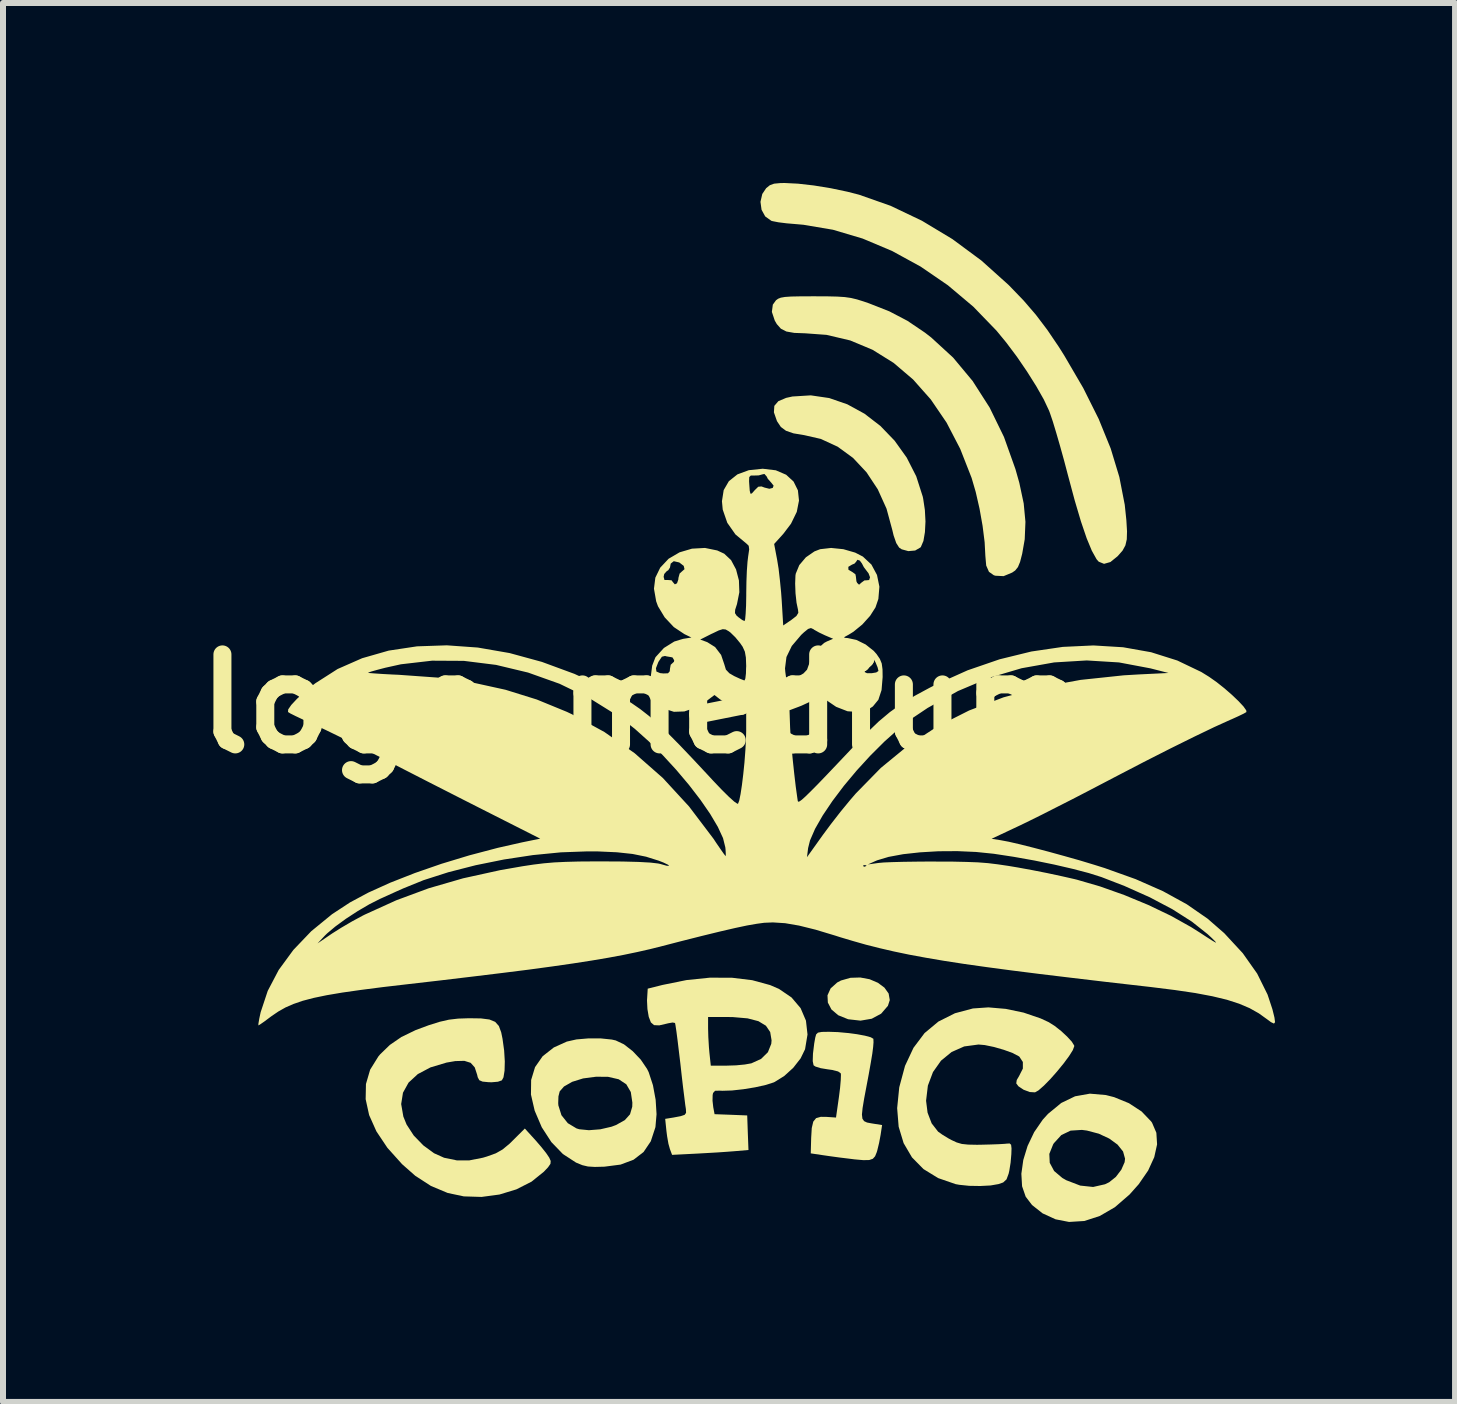
<source format=kicad_pcb>
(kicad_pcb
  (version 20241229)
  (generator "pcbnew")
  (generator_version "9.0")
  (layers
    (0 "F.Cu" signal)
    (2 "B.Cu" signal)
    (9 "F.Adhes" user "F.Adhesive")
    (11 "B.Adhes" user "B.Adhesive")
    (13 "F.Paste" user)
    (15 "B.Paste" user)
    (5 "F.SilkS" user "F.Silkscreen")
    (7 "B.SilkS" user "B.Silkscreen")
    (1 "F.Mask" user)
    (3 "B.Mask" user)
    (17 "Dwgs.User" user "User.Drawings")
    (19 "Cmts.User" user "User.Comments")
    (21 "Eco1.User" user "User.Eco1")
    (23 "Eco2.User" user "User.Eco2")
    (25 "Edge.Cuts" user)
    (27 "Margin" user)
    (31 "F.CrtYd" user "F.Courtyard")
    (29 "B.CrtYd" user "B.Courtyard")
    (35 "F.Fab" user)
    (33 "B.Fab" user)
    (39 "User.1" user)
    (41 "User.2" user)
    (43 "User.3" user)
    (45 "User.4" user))
  (footprint "logo_medium"
    (layer "F.Cu")
    (at 7.657 8.678)
    (property "Reference" "logo_medium" (at 0 0 0) (layer "F.SilkS") (effects (font (size 1.5 1.5) (thickness 0.3))))
    (attr board_only exclude_from_pos_files exclude_from_bom)
    (fp_poly (pts (xy 3.786 4.592) (xy 3.924 4.651) (xy 4.033 4.732) (xy 4.103 4.83) (xy 4.122 4.939) (xy 4.091 5.035) (xy 3.978 5.166) (xy 3.822 5.25) (xy 3.635 5.282) (xy 3.429 5.259) (xy 3.426 5.258) (xy 3.263 5.192) (xy 3.15 5.096) (xy 3.09 4.981) (xy 3.084 4.86) (xy 3.136 4.745) (xy 3.246 4.646) (xy 3.309 4.613) (xy 3.467 4.568) (xy 3.63 4.563)) (stroke (width 0) (type solid)) (fill yes) (layer "F.SilkS"))
    (fp_poly (pts (xy 3.113 -5.094) (xy 3.414 -4.99) (xy 3.701 -4.833) (xy 3.966 -4.629) (xy 4.203 -4.383) (xy 4.404 -4.102) (xy 4.563 -3.79) (xy 4.671 -3.453) (xy 4.679 -3.415) (xy 4.707 -3.228) (xy 4.717 -3.037) (xy 4.708 -2.86) (xy 4.683 -2.713) (xy 4.641 -2.614) (xy 4.633 -2.604) (xy 4.545 -2.553) (xy 4.431 -2.543) (xy 4.321 -2.573) (xy 4.278 -2.602) (xy 4.23 -2.677) (xy 4.186 -2.804) (xy 4.165 -2.892) (xy 4.068 -3.25) (xy 3.922 -3.573) (xy 3.734 -3.857) (xy 3.51 -4.096) (xy 3.254 -4.283) (xy 2.972 -4.413) (xy 2.696 -4.476) (xy 2.516 -4.506) (xy 2.392 -4.549) (xy 2.307 -4.612) (xy 2.246 -4.703) (xy 2.24 -4.715) (xy 2.191 -4.856) (xy 2.198 -4.964) (xy 2.265 -5.042) (xy 2.395 -5.097) (xy 2.5 -5.12) (xy 2.806 -5.139)) (stroke (width 0) (type solid)) (fill yes) (layer "F.SilkS"))
    (fp_poly (pts (xy 7.723 6.522) (xy 7.861 6.557) (xy 8.108 6.658) (xy 8.319 6.796) (xy 8.477 6.961) (xy 8.493 6.983) (xy 8.565 7.151) (xy 8.577 7.344) (xy 8.53 7.557) (xy 8.428 7.78) (xy 8.271 8.008) (xy 8.118 8.18) (xy 7.874 8.391) (xy 7.621 8.538) (xy 7.365 8.621) (xy 7.11 8.637) (xy 6.885 8.593) (xy 6.669 8.494) (xy 6.493 8.355) (xy 6.387 8.216) (xy 6.327 8.042) (xy 6.315 7.834) (xy 6.347 7.605) (xy 6.378 7.503) (xy 6.781 7.503) (xy 6.788 7.652) (xy 6.861 7.788) (xy 6.999 7.905) (xy 7.062 7.941) (xy 7.296 8.031) (xy 7.511 8.054) (xy 7.709 8.009) (xy 7.779 7.975) (xy 7.89 7.886) (xy 7.981 7.766) (xy 8.036 7.641) (xy 8.043 7.582) (xy 8.01 7.463) (xy 7.918 7.348) (xy 7.779 7.247) (xy 7.605 7.166) (xy 7.408 7.114) (xy 7.324 7.103) (xy 7.136 7.115) (xy 6.981 7.189) (xy 6.856 7.326) (xy 6.844 7.346) (xy 6.781 7.503) (xy 6.378 7.503) (xy 6.419 7.37) (xy 6.528 7.141) (xy 6.671 6.933) (xy 6.76 6.835) (xy 6.98 6.654) (xy 7.21 6.543) (xy 7.457 6.499)) (stroke (width 0) (type solid)) (fill yes) (layer "F.SilkS"))
    (fp_poly (pts (xy 2.87 -6.79) (xy 3.086 -6.789) (xy 3.248 -6.785) (xy 3.372 -6.777) (xy 3.476 -6.762) (xy 3.576 -6.738) (xy 3.688 -6.703) (xy 3.775 -6.673) (xy 4.115 -6.539) (xy 4.417 -6.381) (xy 4.71 -6.183) (xy 4.813 -6.103) (xy 5.178 -5.768) (xy 5.503 -5.378) (xy 5.786 -4.936) (xy 6.025 -4.446) (xy 6.216 -3.911) (xy 6.281 -3.681) (xy 6.354 -3.338) (xy 6.383 -3.031) (xy 6.371 -2.74) (xy 6.329 -2.5) (xy 6.294 -2.364) (xy 6.258 -2.277) (xy 6.212 -2.22) (xy 6.161 -2.185) (xy 6.019 -2.126) (xy 5.883 -2.133) (xy 5.856 -2.141) (xy 5.775 -2.198) (xy 5.729 -2.303) (xy 5.715 -2.463) (xy 5.703 -2.692) (xy 5.669 -2.963) (xy 5.618 -3.25) (xy 5.554 -3.53) (xy 5.486 -3.763) (xy 5.296 -4.247) (xy 5.069 -4.684) (xy 4.806 -5.07) (xy 4.511 -5.403) (xy 4.186 -5.68) (xy 3.836 -5.898) (xy 3.463 -6.054) (xy 3.069 -6.147) (xy 2.715 -6.173) (xy 2.53 -6.18) (xy 2.399 -6.203) (xy 2.307 -6.25) (xy 2.239 -6.327) (xy 2.205 -6.386) (xy 2.157 -6.53) (xy 2.173 -6.651) (xy 2.226 -6.724) (xy 2.261 -6.749) (xy 2.306 -6.767) (xy 2.375 -6.779) (xy 2.477 -6.786) (xy 2.626 -6.789) (xy 2.832 -6.79)) (stroke (width 0) (type solid)) (fill yes) (layer "F.SilkS"))
    (fp_poly (pts (xy -0.696 5.578) (xy -0.512 5.597) (xy -0.445 5.612) (xy -0.308 5.677) (xy -0.163 5.79) (xy -0.028 5.932) (xy 0.076 6.085) (xy 0.104 6.141) (xy 0.175 6.358) (xy 0.22 6.601) (xy 0.235 6.841) (xy 0.217 7.051) (xy 0.215 7.062) (xy 0.139 7.293) (xy 0.019 7.471) (xy -0.148 7.6) (xy -0.364 7.681) (xy -0.634 7.716) (xy -0.635 7.716) (xy -0.794 7.72) (xy -0.908 7.713) (xy -1.001 7.691) (xy -1.099 7.651) (xy -1.111 7.645) (xy -1.326 7.505) (xy -1.518 7.306) (xy -1.678 7.059) (xy -1.796 6.783) (xy -1.825 6.658) (xy -1.404 6.658) (xy -1.401 6.695) (xy -1.35 6.858) (xy -1.244 6.991) (xy -1.099 7.078) (xy -1.054 7.092) (xy -0.892 7.108) (xy -0.702 7.093) (xy -0.516 7.05) (xy -0.441 7.022) (xy -0.294 6.94) (xy -0.207 6.843) (xy -0.17 6.717) (xy -0.168 6.648) (xy -0.194 6.472) (xy -0.269 6.343) (xy -0.396 6.259) (xy -0.575 6.218) (xy -0.774 6.217) (xy -0.989 6.245) (xy -1.172 6.302) (xy -1.308 6.38) (xy -1.379 6.461) (xy -1.4 6.544) (xy -1.404 6.658) (xy -1.825 6.658) (xy -1.858 6.514) (xy -1.855 6.271) (xy -1.79 6.057) (xy -1.663 5.875) (xy -1.477 5.729) (xy -1.26 5.631) (xy -1.1 5.595) (xy -0.902 5.578)) (stroke (width 0) (type solid)) (fill yes) (layer "F.SilkS"))
    (fp_poly (pts (xy 3.258 5.473) (xy 3.42 5.488) (xy 3.575 5.508) (xy 3.709 5.533) (xy 3.805 5.559) (xy 3.848 5.584) (xy 3.849 5.587) (xy 3.851 5.644) (xy 3.845 5.721) (xy 3.831 5.831) (xy 3.806 5.981) (xy 3.77 6.184) (xy 3.736 6.364) (xy 3.695 6.581) (xy 3.669 6.738) (xy 3.658 6.847) (xy 3.666 6.916) (xy 3.694 6.957) (xy 3.743 6.98) (xy 3.817 6.994) (xy 3.854 7) (xy 3.994 7.022) (xy 3.969 7.187) (xy 3.944 7.32) (xy 3.913 7.448) (xy 3.904 7.477) (xy 3.877 7.543) (xy 3.84 7.584) (xy 3.78 7.605) (xy 3.682 7.607) (xy 3.535 7.594) (xy 3.44 7.582) (xy 3.277 7.562) (xy 3.109 7.539) (xy 2.999 7.523) (xy 2.805 7.494) (xy 2.812 7.236) (xy 2.822 7.071) (xy 2.847 6.965) (xy 2.894 6.907) (xy 2.972 6.885) (xy 3.066 6.886) (xy 3.226 6.897) (xy 3.275 6.552) (xy 3.294 6.4) (xy 3.305 6.272) (xy 3.308 6.185) (xy 3.305 6.16) (xy 3.261 6.129) (xy 3.163 6.104) (xy 3.084 6.093) (xy 2.969 6.074) (xy 2.883 6.047) (xy 2.852 6.026) (xy 2.838 5.957) (xy 2.842 5.832) (xy 2.863 5.661) (xy 2.88 5.565) (xy 2.895 5.511) (xy 2.925 5.482) (xy 2.989 5.47) (xy 3.105 5.468) (xy 3.106 5.468)) (stroke (width 0) (type solid)) (fill yes) (layer "F.SilkS"))
    (fp_poly (pts (xy 2.593 -8.667) (xy 2.857 -8.637) (xy 3.139 -8.591) (xy 3.415 -8.533) (xy 3.61 -8.483) (xy 4.136 -8.298) (xy 4.658 -8.049) (xy 5.166 -7.743) (xy 5.65 -7.385) (xy 6.1 -6.981) (xy 6.117 -6.964) (xy 6.353 -6.719) (xy 6.557 -6.482) (xy 6.747 -6.231) (xy 6.94 -5.946) (xy 7.03 -5.803) (xy 7.347 -5.26) (xy 7.604 -4.745) (xy 7.804 -4.253) (xy 7.948 -3.778) (xy 8.038 -3.316) (xy 8.065 -3.059) (xy 8.076 -2.873) (xy 8.072 -2.739) (xy 8.049 -2.639) (xy 8.003 -2.554) (xy 7.928 -2.468) (xy 7.919 -2.458) (xy 7.799 -2.361) (xy 7.693 -2.331) (xy 7.604 -2.367) (xy 7.569 -2.407) (xy 7.49 -2.548) (xy 7.403 -2.758) (xy 7.308 -3.038) (xy 7.205 -3.385) (xy 7.094 -3.799) (xy 7.091 -3.81) (xy 7.026 -4.057) (xy 6.959 -4.298) (xy 6.895 -4.519) (xy 6.838 -4.707) (xy 6.791 -4.845) (xy 6.777 -4.883) (xy 6.689 -5.07) (xy 6.563 -5.292) (xy 6.41 -5.535) (xy 6.24 -5.784) (xy 6.062 -6.021) (xy 5.9 -6.218) (xy 5.514 -6.617) (xy 5.09 -6.974) (xy 4.636 -7.285) (xy 4.159 -7.546) (xy 3.67 -7.752) (xy 3.175 -7.899) (xy 2.683 -7.982) (xy 2.558 -7.993) (xy 2.404 -8.006) (xy 2.267 -8.023) (xy 2.17 -8.042) (xy 2.148 -8.048) (xy 2.046 -8.121) (xy 1.985 -8.232) (xy 1.967 -8.364) (xy 1.997 -8.495) (xy 2.062 -8.592) (xy 2.123 -8.641) (xy 2.194 -8.667) (xy 2.299 -8.677) (xy 2.371 -8.678)) (stroke (width 0) (type solid)) (fill yes) (layer "F.SilkS"))
    (fp_poly (pts (xy -2.691 5.245) (xy -2.55 5.263) (xy -2.455 5.302) (xy -2.393 5.371) (xy -2.354 5.477) (xy -2.332 5.584) (xy -2.305 5.78) (xy -2.294 5.962) (xy -2.298 6.116) (xy -2.316 6.227) (xy -2.343 6.277) (xy -2.408 6.3) (xy -2.512 6.309) (xy -2.562 6.308) (xy -2.665 6.298) (xy -2.719 6.275) (xy -2.745 6.226) (xy -2.755 6.183) (xy -2.795 6.061) (xy -2.863 5.985) (xy -2.968 5.952) (xy -3.119 5.956) (xy -3.265 5.981) (xy -3.532 6.061) (xy -3.744 6.173) (xy -3.898 6.315) (xy -3.991 6.483) (xy -4.021 6.672) (xy -3.985 6.88) (xy -3.931 7.013) (xy -3.812 7.196) (xy -3.652 7.361) (xy -3.473 7.492) (xy -3.306 7.567) (xy -3.093 7.611) (xy -2.885 7.611) (xy -2.657 7.566) (xy -2.591 7.546) (xy -2.446 7.494) (xy -2.331 7.429) (xy -2.216 7.334) (xy -2.157 7.276) (xy -1.96 7.08) (xy -1.781 7.277) (xy -1.686 7.387) (xy -1.605 7.489) (xy -1.555 7.563) (xy -1.553 7.566) (xy -1.529 7.621) (xy -1.533 7.668) (xy -1.573 7.726) (xy -1.643 7.8) (xy -1.849 7.966) (xy -2.101 8.094) (xy -2.383 8.18) (xy -2.681 8.22) (xy -2.977 8.211) (xy -3.246 8.154) (xy -3.525 8.037) (xy -3.786 7.868) (xy -4.006 7.674) (xy -4.251 7.401) (xy -4.434 7.127) (xy -4.555 6.856) (xy -4.613 6.591) (xy -4.608 6.338) (xy -4.538 6.099) (xy -4.402 5.88) (xy -4.372 5.844) (xy -4.21 5.687) (xy -4.018 5.555) (xy -3.781 5.44) (xy -3.563 5.359) (xy -3.378 5.301) (xy -3.225 5.266) (xy -3.071 5.248) (xy -2.891 5.242)) (stroke (width 0) (type solid)) (fill yes) (layer "F.SilkS"))
    (fp_poly (pts (xy 6.055 5.086) (xy 6.352 5.148) (xy 6.636 5.245) (xy 6.772 5.308) (xy 6.871 5.371) (xy 6.978 5.455) (xy 7.078 5.548) (xy 7.156 5.633) (xy 7.195 5.696) (xy 7.197 5.707) (xy 7.173 5.773) (xy 7.11 5.873) (xy 7.019 5.996) (xy 6.911 6.128) (xy 6.798 6.256) (xy 6.691 6.365) (xy 6.601 6.444) (xy 6.543 6.477) (xy 6.456 6.472) (xy 6.353 6.434) (xy 6.266 6.376) (xy 6.23 6.328) (xy 6.238 6.272) (xy 6.281 6.198) (xy 6.281 6.197) (xy 6.34 6.081) (xy 6.34 5.971) (xy 6.282 5.883) (xy 6.271 5.875) (xy 6.168 5.821) (xy 6.022 5.768) (xy 5.859 5.721) (xy 5.704 5.689) (xy 5.601 5.68) (xy 5.362 5.712) (xy 5.152 5.805) (xy 4.976 5.949) (xy 4.842 6.139) (xy 4.757 6.365) (xy 4.727 6.617) (xy 4.752 6.816) (xy 4.82 6.994) (xy 4.924 7.128) (xy 4.926 7.131) (xy 4.996 7.181) (xy 5.099 7.244) (xy 5.151 7.272) (xy 5.237 7.312) (xy 5.323 7.337) (xy 5.428 7.348) (xy 5.575 7.351) (xy 5.644 7.35) (xy 5.802 7.346) (xy 5.941 7.341) (xy 6.04 7.335) (xy 6.068 7.332) (xy 6.119 7.329) (xy 6.144 7.35) (xy 6.151 7.411) (xy 6.148 7.507) (xy 6.136 7.647) (xy 6.114 7.784) (xy 6.103 7.832) (xy 6.068 7.927) (xy 6.012 7.979) (xy 5.934 8.006) (xy 5.802 8.029) (xy 5.629 8.038) (xy 5.445 8.035) (xy 5.281 8.018) (xy 5.22 8.007) (xy 4.928 7.906) (xy 4.684 7.756) (xy 4.492 7.561) (xy 4.353 7.324) (xy 4.27 7.05) (xy 4.245 6.741) (xy 4.279 6.402) (xy 4.281 6.389) (xy 4.376 6.036) (xy 4.517 5.735) (xy 4.702 5.489) (xy 4.933 5.297) (xy 5.208 5.159) (xy 5.508 5.079) (xy 5.766 5.061)) (stroke (width 0) (type solid)) (fill yes) (layer "F.SilkS"))
    (fp_poly (pts (xy 1.492 4.567) (xy 1.83 4.608) (xy 2.127 4.689) (xy 2.275 4.753) (xy 2.485 4.896) (xy 2.636 5.074) (xy 2.725 5.282) (xy 2.751 5.513) (xy 2.71 5.759) (xy 2.636 5.911) (xy 2.515 6.066) (xy 2.365 6.203) (xy 2.205 6.303) (xy 2.186 6.312) (xy 2.055 6.354) (xy 1.879 6.393) (xy 1.683 6.425) (xy 1.493 6.446) (xy 1.335 6.451) (xy 1.288 6.449) (xy 1.21 6.451) (xy 1.177 6.488) (xy 1.17 6.522) (xy 1.168 6.617) (xy 1.18 6.724) (xy 1.202 6.841) (xy 1.474 6.851) (xy 1.746 6.862) (xy 1.756 7.15) (xy 1.767 7.438) (xy 1.545 7.457) (xy 1.416 7.467) (xy 1.242 7.479) (xy 1.049 7.49) (xy 0.908 7.498) (xy 0.494 7.519) (xy 0.458 7.423) (xy 0.433 7.334) (xy 0.411 7.208) (xy 0.4 7.123) (xy 0.379 6.919) (xy 0.516 6.897) (xy 0.637 6.874) (xy 0.703 6.852) (xy 0.727 6.819) (xy 0.725 6.765) (xy 0.723 6.748) (xy 0.713 6.682) (xy 0.698 6.56) (xy 0.677 6.393) (xy 0.654 6.196) (xy 0.632 5.997) (xy 0.607 5.79) (xy 0.585 5.607) (xy 0.566 5.461) (xy 0.551 5.361) (xy 0.543 5.321) (xy 0.503 5.313) (xy 0.425 5.327) (xy 0.414 5.33) (xy 0.28 5.361) (xy 0.194 5.357) (xy 0.141 5.312) (xy 0.106 5.221) (xy 1.094 5.221) (xy 1.094 5.41) (xy 1.098 5.557) (xy 1.108 5.725) (xy 1.116 5.816) (xy 1.139 6.032) (xy 1.407 6.032) (xy 1.561 6.027) (xy 1.706 6.013) (xy 1.813 5.994) (xy 1.814 5.994) (xy 1.977 5.92) (xy 2.091 5.808) (xy 2.147 5.668) (xy 2.152 5.61) (xy 2.129 5.472) (xy 2.058 5.367) (xy 1.933 5.291) (xy 1.752 5.244) (xy 1.51 5.223) (xy 1.402 5.221) (xy 1.094 5.221) (xy 0.106 5.221) (xy 0.106 5.22) (xy 0.105 5.219) (xy 0.083 5.089) (xy 0.076 4.945) (xy 0.078 4.913) (xy 0.088 4.749) (xy 0.335 4.687) (xy 0.734 4.606) (xy 1.123 4.566)) (stroke (width 0) (type solid)) (fill yes) (layer "F.SilkS"))
    (fp_poly (pts (xy 2.223 -3.89) (xy 2.395 -3.816) (xy 2.519 -3.702) (xy 2.591 -3.556) (xy 2.609 -3.385) (xy 2.572 -3.197) (xy 2.476 -3) (xy 2.347 -2.83) (xy 2.195 -2.662) (xy 2.245 -2.398) (xy 2.269 -2.25) (xy 2.291 -2.059) (xy 2.311 -1.855) (xy 2.321 -1.719) (xy 2.346 -1.304) (xy 2.481 -1.396) (xy 2.566 -1.462) (xy 2.598 -1.514) (xy 2.593 -1.564) (xy 2.568 -1.683) (xy 2.551 -1.84) (xy 2.545 -2.001) (xy 2.55 -2.136) (xy 2.555 -2.167) (xy 2.602 -2.281) (xy 3.431 -2.281) (xy 3.433 -2.233) (xy 3.494 -2.197) (xy 3.549 -2.158) (xy 3.557 -2.121) (xy 3.566 -2.04) (xy 3.578 -2.014) (xy 3.61 -1.983) (xy 3.645 -2.014) (xy 3.648 -2.017) (xy 3.7 -2.055) (xy 3.727 -2.056) (xy 3.778 -2.061) (xy 3.793 -2.107) (xy 3.768 -2.173) (xy 3.748 -2.199) (xy 3.689 -2.277) (xy 3.658 -2.337) (xy 3.623 -2.385) (xy 3.583 -2.399) (xy 3.563 -2.369) (xy 3.563 -2.368) (xy 3.534 -2.335) (xy 3.493 -2.318) (xy 3.431 -2.281) (xy 2.602 -2.281) (xy 2.614 -2.31) (xy 2.724 -2.44) (xy 2.866 -2.538) (xy 2.961 -2.575) (xy 3.144 -2.596) (xy 3.349 -2.575) (xy 3.546 -2.518) (xy 3.674 -2.452) (xy 3.816 -2.319) (xy 3.909 -2.146) (xy 3.949 -1.95) (xy 3.932 -1.746) (xy 3.884 -1.605) (xy 3.794 -1.464) (xy 3.664 -1.32) (xy 3.516 -1.199) (xy 3.44 -1.152) (xy 3.371 -1.114) (xy 3.362 -1.099) (xy 3.409 -1.095) (xy 3.422 -1.094) (xy 3.566 -1.063) (xy 3.72 -0.987) (xy 3.854 -0.881) (xy 3.902 -0.827) (xy 3.957 -0.746) (xy 3.988 -0.67) (xy 4.001 -0.572) (xy 4.003 -0.444) (xy 3.985 -0.227) (xy 3.932 -0.066) (xy 3.84 0.046) (xy 3.776 0.088) (xy 3.604 0.138) (xy 3.418 0.126) (xy 3.228 0.052) (xy 3.078 -0.05) (xy 2.964 -0.147) (xy 2.867 -0.079) (xy 2.772 -0.023) (xy 2.651 0.033) (xy 2.61 0.049) (xy 2.451 0.109) (xy 2.461 0.398) (xy 2.469 0.538) (xy 2.485 0.727) (xy 2.506 0.944) (xy 2.53 1.169) (xy 2.555 1.382) (xy 2.58 1.562) (xy 2.589 1.623) (xy 2.597 1.634) (xy 2.618 1.628) (xy 2.657 1.6) (xy 2.717 1.546) (xy 2.803 1.462) (xy 2.92 1.344) (xy 3.071 1.187) (xy 3.261 0.987) (xy 3.495 0.74) (xy 3.52 0.713) (xy 3.743 0.483) (xy 3.939 0.295) (xy 4.125 0.139) (xy 4.317 0.002) (xy 4.531 -0.128) (xy 4.783 -0.264) (xy 4.894 -0.321) (xy 5.42 -0.557) (xy 5.952 -0.74) (xy 6.482 -0.87) (xy 7.006 -0.947) (xy 7.517 -0.971) (xy 8.01 -0.941) (xy 8.477 -0.858) (xy 8.914 -0.72) (xy 9.313 -0.529) (xy 9.444 -0.448) (xy 9.569 -0.36) (xy 9.7 -0.256) (xy 9.825 -0.147) (xy 9.934 -0.043) (xy 10.017 0.046) (xy 10.063 0.111) (xy 10.066 0.139) (xy 10.021 0.165) (xy 9.93 0.209) (xy 9.813 0.262) (xy 9.807 0.264) (xy 9.531 0.389) (xy 9.196 0.55) (xy 8.804 0.744) (xy 8.357 0.971) (xy 7.857 1.231) (xy 7.708 1.309) (xy 7.442 1.448) (xy 7.17 1.589) (xy 6.906 1.723) (xy 6.664 1.846) (xy 6.456 1.949) (xy 6.296 2.027) (xy 6.287 2.031) (xy 5.819 2.251) (xy 5.97 2.275) (xy 6.103 2.3) (xy 6.29 2.343) (xy 6.516 2.4) (xy 6.767 2.466) (xy 7.028 2.538) (xy 7.287 2.611) (xy 7.528 2.684) (xy 7.703 2.739) (xy 8.22 2.924) (xy 8.674 3.124) (xy 9.071 3.342) (xy 9.418 3.582) (xy 9.696 3.824) (xy 10.005 4.158) (xy 10.245 4.498) (xy 10.418 4.847) (xy 10.499 5.092) (xy 10.533 5.23) (xy 10.543 5.308) (xy 10.525 5.331) (xy 10.475 5.307) (xy 10.41 5.259) (xy 10.272 5.16) (xy 10.119 5.074) (xy 9.945 5) (xy 9.741 4.934) (xy 9.5 4.876) (xy 9.214 4.822) (xy 8.875 4.772) (xy 8.475 4.722) (xy 8.378 4.711) (xy 7.731 4.637) (xy 7.149 4.568) (xy 6.626 4.505) (xy 6.158 4.446) (xy 5.738 4.39) (xy 5.362 4.337) (xy 5.025 4.285) (xy 4.72 4.233) (xy 4.444 4.182) (xy 4.19 4.129) (xy 3.953 4.074) (xy 3.727 4.017) (xy 3.509 3.955) (xy 3.291 3.89) (xy 3.21 3.864) (xy 2.885 3.766) (xy 2.611 3.698) (xy 2.378 3.658) (xy 2.175 3.645) (xy 2.029 3.651) (xy 1.904 3.668) (xy 1.743 3.696) (xy 1.541 3.739) (xy 1.291 3.797) (xy 0.988 3.871) (xy 0.628 3.962) (xy 0.335 4.038) (xy 0.128 4.09) (xy -0.088 4.139) (xy -0.319 4.187) (xy -0.571 4.234) (xy -0.849 4.281) (xy -1.158 4.329) (xy -1.505 4.379) (xy -1.895 4.432) (xy -2.333 4.487) (xy -2.826 4.547) (xy -3.378 4.613) (xy -3.898 4.673) (xy -4.327 4.723) (xy -4.692 4.77) (xy -5.001 4.814) (xy -5.261 4.858) (xy -5.478 4.903) (xy -5.661 4.951) (xy -5.815 5.004) (xy -5.948 5.062) (xy -6.067 5.129) (xy -6.179 5.205) (xy -6.202 5.222) (xy -6.298 5.294) (xy -6.37 5.344) (xy -6.401 5.362) (xy -6.4 5.331) (xy -6.386 5.249) (xy -6.363 5.142) (xy -6.245 4.786) (xy -6.062 4.437) (xy -5.818 4.104) (xy -5.714 3.995) (xy -5.415 3.995) (xy -5.171 3.829) (xy -5.019 3.733) (xy -4.838 3.627) (xy -4.66 3.531) (xy -4.624 3.513) (xy -4.102 3.276) (xy -3.562 3.076) (xy -2.989 2.91) (xy -2.371 2.774) (xy -2 2.709) (xy -1.815 2.681) (xy -1.644 2.66) (xy -1.471 2.645) (xy -1.281 2.636) (xy -1.058 2.63) (xy -0.786 2.628) (xy -0.67 2.628) (xy -0.332 2.63) (xy -0.064 2.637) (xy 0.134 2.648) (xy 0.262 2.663) (xy 0.298 2.671) (xy 0.402 2.7) (xy 0.445 2.703) (xy 0.435 2.693) (xy 3.681 2.693) (xy 3.685 2.714) (xy 3.704 2.716) (xy 3.733 2.703) (xy 3.728 2.693) (xy 3.686 2.689) (xy 3.681 2.693) (xy 0.435 2.693) (xy 0.427 2.684) (xy 0.416 2.679) (xy 3.757 2.679) (xy 3.933 2.654) (xy 4.021 2.646) (xy 4.165 2.64) (xy 4.354 2.635) (xy 4.574 2.632) (xy 4.813 2.63) (xy 4.904 2.631) (xy 5.181 2.632) (xy 5.404 2.637) (xy 5.591 2.644) (xy 5.758 2.657) (xy 5.922 2.677) (xy 6.099 2.703) (xy 6.259 2.73) (xy 6.494 2.773) (xy 6.747 2.823) (xy 6.989 2.875) (xy 7.196 2.922) (xy 7.241 2.933) (xy 7.626 3.045) (xy 8.029 3.188) (xy 8.43 3.354) (xy 8.808 3.535) (xy 9.144 3.723) (xy 9.282 3.81) (xy 9.4 3.887) (xy 9.494 3.947) (xy 9.551 3.98) (xy 9.56 3.984) (xy 9.546 3.962) (xy 9.491 3.907) (xy 9.419 3.84) (xy 9.158 3.633) (xy 8.835 3.427) (xy 8.457 3.227) (xy 8.034 3.038) (xy 7.649 2.889) (xy 7.437 2.822) (xy 7.169 2.752) (xy 6.863 2.681) (xy 6.531 2.613) (xy 6.19 2.552) (xy 5.856 2.501) (xy 5.562 2.471) (xy 5.249 2.457) (xy 4.933 2.459) (xy 4.627 2.477) (xy 4.345 2.508) (xy 4.102 2.553) (xy 3.912 2.61) (xy 3.881 2.623) (xy 3.757 2.679) (xy 0.416 2.679) (xy 0.35 2.647) (xy 0.268 2.615) (xy 0.086 2.558) (xy 2.742 2.558) (xy 3.007 2.187) (xy 3.143 2.004) (xy 3.3 1.802) (xy 3.457 1.611) (xy 3.556 1.496) (xy 3.972 1.071) (xy 4.424 0.7) (xy 4.913 0.381) (xy 5.444 0.113) (xy 6.017 -0.106) (xy 6.636 -0.275) (xy 7.303 -0.397) (xy 8.02 -0.473) (xy 8.273 -0.488) (xy 8.767 -0.512) (xy 8.467 -0.589) (xy 7.942 -0.688) (xy 7.404 -0.721) (xy 6.861 -0.688) (xy 6.318 -0.591) (xy 5.781 -0.432) (xy 5.258 -0.211) (xy 4.754 0.07) (xy 4.506 0.236) (xy 4.274 0.416) (xy 4.036 0.628) (xy 3.799 0.864) (xy 3.571 1.113) (xy 3.357 1.369) (xy 3.166 1.622) (xy 3.004 1.863) (xy 2.877 2.085) (xy 2.793 2.278) (xy 2.761 2.406) (xy 2.742 2.558) (xy 0.086 2.558) (xy 0.062 2.55) (xy -0.165 2.504) (xy -0.426 2.476) (xy -0.737 2.462) (xy -0.917 2.461) (xy -1.358 2.477) (xy -1.826 2.523) (xy -2.306 2.596) (xy -2.78 2.692) (xy -3.233 2.808) (xy -3.648 2.941) (xy -3.986 3.078) (xy -4.105 3.131) (xy -4.252 3.198) (xy -4.374 3.253) (xy -4.552 3.343) (xy -4.748 3.458) (xy -4.943 3.585) (xy -5.118 3.713) (xy -5.255 3.828) (xy -5.292 3.864) (xy -5.415 3.995) (xy -5.714 3.995) (xy -5.52 3.792) (xy -5.173 3.508) (xy -4.874 3.312) (xy -4.568 3.148) (xy -4.203 2.983) (xy -3.793 2.822) (xy -3.349 2.668) (xy -2.884 2.527) (xy -2.41 2.402) (xy -2.007 2.311) (xy -1.704 2.249) (xy -2.66 1.765) (xy -2.95 1.618) (xy -3.266 1.457) (xy -3.588 1.293) (xy -3.9 1.133) (xy -4.181 0.989) (xy -4.374 0.889) (xy -4.613 0.768) (xy -4.855 0.646) (xy -5.085 0.532) (xy -5.289 0.433) (xy -5.452 0.357) (xy -5.503 0.334) (xy -5.654 0.266) (xy -5.781 0.206) (xy -5.871 0.161) (xy -5.907 0.138) (xy -5.904 0.095) (xy -5.852 0.02) (xy -5.758 -0.081) (xy -5.63 -0.198) (xy -5.475 -0.323) (xy -5.45 -0.342) (xy -5.176 -0.517) (xy -4.575 -0.517) (xy -4.546 -0.511) (xy -4.458 -0.504) (xy -4.324 -0.495) (xy -4.155 -0.486) (xy -4.064 -0.482) (xy -3.422 -0.436) (xy -2.831 -0.353) (xy -2.281 -0.232) (xy -1.761 -0.07) (xy -1.259 0.136) (xy -1.175 0.176) (xy -0.635 0.471) (xy -0.13 0.825) (xy 0.34 1.238) (xy 0.777 1.713) (xy 1.183 2.249) (xy 1.23 2.32) (xy 1.302 2.425) (xy 1.357 2.503) (xy 1.385 2.539) (xy 1.387 2.54) (xy 1.389 2.509) (xy 1.385 2.43) (xy 1.381 2.393) (xy 1.343 2.24) (xy 1.256 2.052) (xy 1.128 1.836) (xy 0.965 1.6) (xy 0.775 1.353) (xy 0.564 1.103) (xy 0.339 0.858) (xy 0.106 0.628) (xy -0.127 0.419) (xy -0.354 0.241) (xy -0.388 0.216) (xy -0.873 -0.086) (xy -1.381 -0.332) (xy -1.906 -0.519) (xy -2.44 -0.647) (xy -2.976 -0.714) (xy -3.507 -0.717) (xy -4.025 -0.657) (xy -4.287 -0.599) (xy -4.417 -0.565) (xy -4.517 -0.537) (xy -4.57 -0.519) (xy -4.575 -0.517) (xy -5.176 -0.517) (xy -5.081 -0.578) (xy -4.672 -0.758) (xy -4.229 -0.885) (xy -3.757 -0.956) (xy -3.26 -0.973) (xy -2.744 -0.936) (xy -2.214 -0.844) (xy -1.676 -0.697) (xy -1.133 -0.497) (xy -0.701 -0.298) (xy -0.509 -0.199) (xy -0.339 -0.106) (xy -0.184 -0.012) (xy -0.038 0.089) (xy 0.108 0.203) (xy 0.261 0.336) (xy 0.429 0.496) (xy 0.618 0.687) (xy 0.837 0.917) (xy 1.094 1.192) (xy 1.178 1.283) (xy 1.32 1.432) (xy 1.439 1.55) (xy 1.529 1.631) (xy 1.582 1.667) (xy 1.593 1.667) (xy 1.613 1.615) (xy 1.635 1.507) (xy 1.658 1.356) (xy 1.68 1.176) (xy 1.7 0.981) (xy 1.715 0.783) (xy 1.725 0.598) (xy 1.729 0.454) (xy 1.729 0.112) (xy 1.554 0.054) (xy 1.433 0.005) (xy 1.326 -0.051) (xy 1.29 -0.075) (xy 1.2 -0.145) (xy 1.083 -0.056) (xy 0.887 0.065) (xy 0.698 0.129) (xy 0.524 0.135) (xy 0.373 0.086) (xy 0.253 -0.019) (xy 0.19 -0.128) (xy 0.149 -0.285) (xy 0.14 -0.462) (xy 0.157 -0.592) (xy 0.225 -0.592) (xy 0.233 -0.536) (xy 0.294 -0.51) (xy 0.35 -0.504) (xy 0.426 -0.507) (xy 0.455 -0.54) (xy 0.459 -0.584) (xy 0.471 -0.649) (xy 0.494 -0.67) (xy 0.525 -0.699) (xy 0.529 -0.723) (xy 0.502 -0.77) (xy 0.479 -0.776) (xy 0.401 -0.789) (xy 0.376 -0.796) (xy 0.324 -0.783) (xy 0.27 -0.703) (xy 0.264 -0.692) (xy 0.225 -0.592) (xy 0.157 -0.592) (xy 0.162 -0.633) (xy 0.214 -0.768) (xy 0.221 -0.779) (xy 0.358 -0.929) (xy 0.53 -1.036) (xy 0.637 -1.069) (xy 0.963 -1.069) (xy 1.08 -1.026) (xy 1.211 -0.944) (xy 1.311 -0.813) (xy 1.365 -0.654) (xy 1.391 -0.568) (xy 1.449 -0.507) (xy 1.53 -0.46) (xy 1.623 -0.417) (xy 1.688 -0.391) (xy 1.702 -0.388) (xy 1.715 -0.42) (xy 1.725 -0.505) (xy 1.727 -0.589) (xy 2.376 -0.589) (xy 2.381 -0.53) (xy 2.405 -0.355) (xy 2.575 -0.441) (xy 2.684 -0.505) (xy 2.743 -0.567) (xy 2.77 -0.643) (xy 2.798 -0.715) (xy 3.615 -0.715) (xy 3.648 -0.674) (xy 3.691 -0.613) (xy 3.701 -0.578) (xy 3.703 -0.528) (xy 3.743 -0.508) (xy 3.819 -0.508) (xy 3.897 -0.521) (xy 3.933 -0.545) (xy 3.933 -0.548) (xy 3.919 -0.606) (xy 3.886 -0.686) (xy 3.845 -0.762) (xy 3.812 -0.808) (xy 3.804 -0.811) (xy 3.756 -0.8) (xy 3.684 -0.775) (xy 3.62 -0.746) (xy 3.615 -0.715) (xy 2.798 -0.715) (xy 2.825 -0.783) (xy 2.918 -0.916) (xy 3.03 -1.014) (xy 3.075 -1.038) (xy 3.178 -1.082) (xy 3.044 -1.139) (xy 2.943 -1.187) (xy 2.861 -1.233) (xy 2.85 -1.242) (xy 2.808 -1.261) (xy 2.761 -1.246) (xy 2.692 -1.19) (xy 2.646 -1.147) (xy 2.489 -0.962) (xy 2.4 -0.778) (xy 2.376 -0.589) (xy 1.727 -0.589) (xy 1.729 -0.624) (xy 1.729 -0.63) (xy 1.724 -0.77) (xy 1.707 -0.867) (xy 1.67 -0.949) (xy 1.628 -1.01) (xy 1.548 -1.107) (xy 1.466 -1.187) (xy 1.439 -1.207) (xy 1.387 -1.237) (xy 1.338 -1.242) (xy 1.271 -1.221) (xy 1.165 -1.17) (xy 1.157 -1.167) (xy 0.963 -1.069) (xy 0.637 -1.069) (xy 0.679 -1.081) (xy 0.816 -1.103) (xy 0.699 -1.16) (xy 0.523 -1.277) (xy 0.37 -1.44) (xy 0.259 -1.624) (xy 0.229 -1.706) (xy 0.192 -1.917) (xy 0.215 -2.101) (xy 0.222 -2.115) (xy 0.353 -2.115) (xy 0.367 -2.062) (xy 0.419 -2.062) (xy 0.485 -2.057) (xy 0.507 -2.027) (xy 0.54 -1.989) (xy 0.576 -2.007) (xy 0.598 -2.07) (xy 0.6 -2.097) (xy 0.62 -2.17) (xy 0.653 -2.2) (xy 0.701 -2.242) (xy 0.688 -2.297) (xy 0.618 -2.351) (xy 0.61 -2.355) (xy 0.522 -2.375) (xy 0.471 -2.335) (xy 0.459 -2.27) (xy 0.43 -2.224) (xy 0.406 -2.21) (xy 0.363 -2.162) (xy 0.353 -2.115) (xy 0.222 -2.115) (xy 0.296 -2.267) (xy 0.436 -2.416) (xy 0.619 -2.523) (xy 0.826 -2.584) (xy 1.042 -2.596) (xy 1.247 -2.554) (xy 1.363 -2.5) (xy 1.477 -2.393) (xy 1.56 -2.238) (xy 1.608 -2.054) (xy 1.615 -1.858) (xy 1.577 -1.667) (xy 1.576 -1.662) (xy 1.545 -1.565) (xy 1.542 -1.51) (xy 1.568 -1.469) (xy 1.599 -1.442) (xy 1.663 -1.395) (xy 1.702 -1.377) (xy 1.712 -1.41) (xy 1.72 -1.5) (xy 1.727 -1.635) (xy 1.73 -1.802) (xy 1.73 -1.843) (xy 1.733 -2.034) (xy 1.74 -2.214) (xy 1.751 -2.365) (xy 1.763 -2.465) (xy 1.764 -2.469) (xy 1.779 -2.573) (xy 1.771 -2.632) (xy 1.74 -2.663) (xy 1.55 -2.821) (xy 1.414 -3.015) (xy 1.338 -3.235) (xy 1.325 -3.375) (xy 1.354 -3.56) (xy 1.44 -3.708) (xy 1.777 -3.708) (xy 1.78 -3.66) (xy 1.788 -3.55) (xy 1.8 -3.5) (xy 1.822 -3.503) (xy 1.863 -3.549) (xy 1.872 -3.559) (xy 1.93 -3.616) (xy 1.984 -3.621) (xy 2.035 -3.602) (xy 2.115 -3.582) (xy 2.171 -3.596) (xy 2.186 -3.634) (xy 2.15 -3.68) (xy 2.089 -3.749) (xy 2.071 -3.786) (xy 2.033 -3.829) (xy 2.003 -3.823) (xy 1.937 -3.805) (xy 1.865 -3.803) (xy 1.806 -3.803) (xy 1.78 -3.777) (xy 1.777 -3.708) (xy 1.44 -3.708) (xy 1.442 -3.71) (xy 1.583 -3.822) (xy 1.773 -3.892) (xy 2.005 -3.916)) (stroke (width 0) (type solid)) (fill yes) (layer "F.SilkS")))
  (gr_rect
    (start -3 -3)
    (end 21.2 20.315)
    (stroke (width 0.1) (type default))
    (fill no)
    (layer "Edge.Cuts")))
</source>
